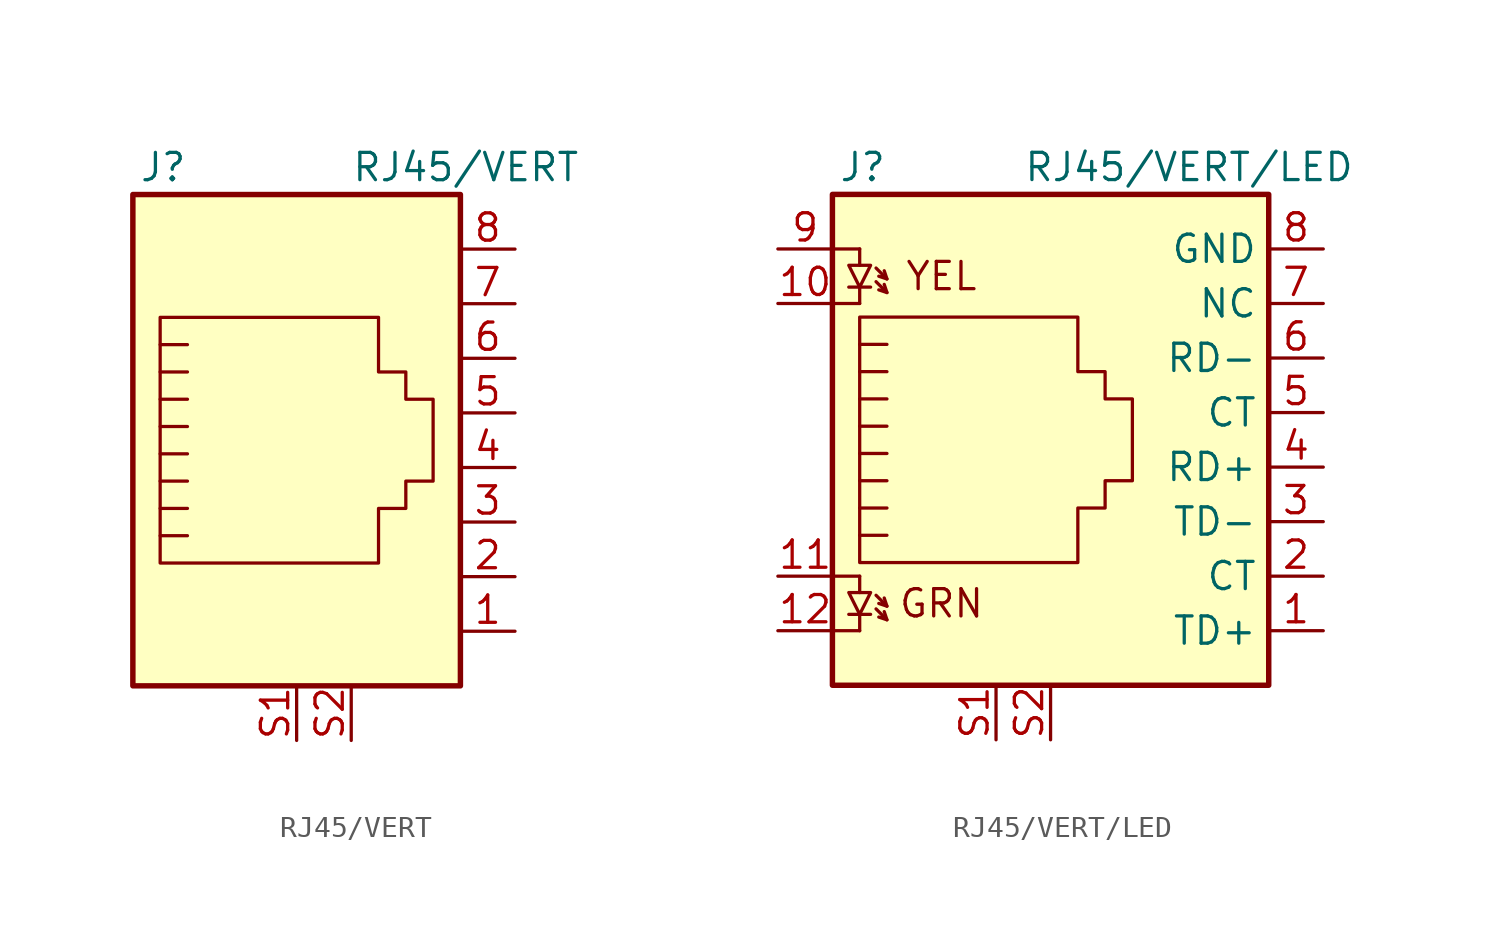
<source format=kicad_sym>
(kicad_symbol_lib
  (version 20231120)
  (generator "kicad_symbol_editor")
  (generator_version "8.0")
  (symbol "RJ45/VERT"
    (pin_names
      (offset 1.016))
    (property "Reference" "J"
      (at -5.08 13.97 0)
      (effects (font (size 1.27 1.27)) (justify right)))
    (property "Value" "RJ45{slash}VERT"
      (at 2.54 13.97 0)
      (effects (font (size 1.27 1.27)) (justify left)))
    (symbol "RJ45/VERT_0_1"
      (polyline (pts (xy -5.08 4.445) (xy -6.35 4.445)) (stroke (width 0) (type default)) (fill (type none)))
      (polyline (pts (xy -5.08 5.715) (xy -6.35 5.715)) (stroke (width 0) (type default)) (fill (type none)))
      (polyline (pts (xy -6.35 -3.175) (xy -5.08 -3.175) (xy -5.08 -3.175)) (stroke (width 0) (type default)) (fill (type none)))
      (polyline (pts (xy -6.35 -1.905) (xy -5.08 -1.905) (xy -5.08 -1.905)) (stroke (width 0) (type default)) (fill (type none)))
      (polyline (pts (xy -6.35 -0.635) (xy -5.08 -0.635) (xy -5.08 -0.635)) (stroke (width 0) (type default)) (fill (type none)))
      (polyline (pts (xy -6.35 0.635) (xy -5.08 0.635) (xy -5.08 0.635)) (stroke (width 0) (type default)) (fill (type none)))
      (polyline (pts (xy -6.35 1.905) (xy -5.08 1.905) (xy -5.08 1.905)) (stroke (width 0) (type default)) (fill (type none)))
      (polyline (pts (xy -5.08 3.175) (xy -6.35 3.175) (xy -6.35 3.175)) (stroke (width 0) (type default)) (fill (type none)))
      (polyline (pts (xy -6.35 -4.445) (xy -6.35 6.985) (xy 3.81 6.985) (xy 3.81 4.445) (xy 5.08 4.445) (xy 5.08 3.175) (xy 6.35 3.175) (xy 6.35 -0.635) (xy 5.08 -0.635) (xy 5.08 -1.905) (xy 3.81 -1.905) (xy 3.81 -4.445) (xy -6.35 -4.445) (xy -6.35 -4.445)) (stroke (width 0) (type default)) (fill (type none)))
      (rectangle (start 7.62 12.7) (end -7.62 -10.16) (stroke (width 0.254) (type default)) (fill (type background))))
    (symbol "RJ45/VERT_1_1"
      (pin passive line (at 10.16 -7.62 180) (length 2.54) (name "~" (effects (font (size 1.27 1.27)))) (number "1" (effects (font (size 1.27 1.27)))))
      (pin passive line (at 10.16 -5.08 180) (length 2.54) (name "~" (effects (font (size 1.27 1.27)))) (number "2" (effects (font (size 1.27 1.27)))))
      (pin passive line (at 10.16 -2.54 180) (length 2.54) (name "~" (effects (font (size 1.27 1.27)))) (number "3" (effects (font (size 1.27 1.27)))))
      (pin passive line (at 10.16 0 180) (length 2.54) (name "~" (effects (font (size 1.27 1.27)))) (number "4" (effects (font (size 1.27 1.27)))))
      (pin passive line (at 10.16 2.54 180) (length 2.54) (name "~" (effects (font (size 1.27 1.27)))) (number "5" (effects (font (size 1.27 1.27)))))
      (pin passive line (at 10.16 5.08 180) (length 2.54) (name "~" (effects (font (size 1.27 1.27)))) (number "6" (effects (font (size 1.27 1.27)))))
      (pin passive line (at 10.16 7.62 180) (length 2.54) (name "~" (effects (font (size 1.27 1.27)))) (number "7" (effects (font (size 1.27 1.27)))))
      (pin passive line (at 10.16 10.16 180) (length 2.54) (name "~" (effects (font (size 1.27 1.27)))) (number "8" (effects (font (size 1.27 1.27)))))
      (pin passive line (at 0 -12.7 90) (length 2.54) (name "~" (effects (font (size 1.27 1.27)))) (number "S1" (effects (font (size 1.27 1.27)))))
      (pin passive line (at 2.54 -12.7 90) (length 2.54) (name "~" (effects (font (size 1.27 1.27)))) (number "S2" (effects (font (size 1.27 1.27)))))))
  (symbol "RJ45/VERT/LED"
    (property "Reference" "J"
      (at -5.08 13.97 0)
      (effects (font (size 1.27 1.27)) (justify right)))
    (property "Value" "RJ45/VERT/LED"
      (at 1.27 13.97 0)
      (effects (font (size 1.27 1.27)) (justify left)))
    (symbol "RJ45/VERT/LED_0_0"
      (text "GRN" (at -2.54 -6.35 0) (effects (font (size 1.27 1.27))))
      (text "YEL" (at -2.54 8.89 0) (effects (font (size 1.27 1.27)))))
    (symbol "RJ45/VERT/LED_0_1"
      (rectangle (start -7.62 12.7) (end 12.7 -10.16) (stroke (width 0.254) (type default)) (fill (type background)))
      (polyline (pts (xy -7.62 -7.62) (xy -6.35 -7.62)) (stroke (width 0) (type default)) (fill (type none)))
      (polyline (pts (xy -7.62 -5.08) (xy -6.35 -5.08)) (stroke (width 0) (type default)) (fill (type none)))
      (polyline (pts (xy -7.62 7.62) (xy -6.35 7.62)) (stroke (width 0) (type default)) (fill (type none)))
      (polyline (pts (xy -7.62 10.16) (xy -6.35 10.16)) (stroke (width 0) (type default)) (fill (type none)))
      (polyline (pts (xy -6.858 -6.858) (xy -5.842 -6.858)) (stroke (width 0) (type default)) (fill (type none)))
      (polyline (pts (xy -6.35 -7.62) (xy -6.35 -6.858)) (stroke (width 0) (type default)) (fill (type none)))
      (polyline (pts (xy -6.35 -5.08) (xy -6.35 -5.842)) (stroke (width 0) (type default)) (fill (type none)))
      (polyline (pts (xy -6.35 7.62) (xy -6.35 8.382)) (stroke (width 0) (type default)) (fill (type none)))
      (polyline (pts (xy -6.35 10.16) (xy -6.35 9.398)) (stroke (width 0) (type default)) (fill (type none)))
      (polyline (pts (xy -5.842 8.382) (xy -6.858 8.382)) (stroke (width 0) (type default)) (fill (type none)))
      (polyline (pts (xy -5.08 -7.112) (xy -5.207 -6.731)) (stroke (width 0) (type default)) (fill (type none)))
      (polyline (pts (xy -5.08 -6.477) (xy -5.207 -6.096)) (stroke (width 0) (type default)) (fill (type none)))
      (polyline (pts (xy -5.08 4.445) (xy -6.35 4.445)) (stroke (width 0) (type default)) (fill (type none)))
      (polyline (pts (xy -5.08 5.715) (xy -6.35 5.715)) (stroke (width 0) (type default)) (fill (type none)))
      (polyline (pts (xy -5.08 8.128) (xy -5.207 8.509)) (stroke (width 0) (type default)) (fill (type none)))
      (polyline (pts (xy -5.08 8.763) (xy -5.207 9.144)) (stroke (width 0) (type default)) (fill (type none)))
      (polyline (pts (xy -6.35 -3.175) (xy -5.08 -3.175) (xy -5.08 -3.175)) (stroke (width 0) (type default)) (fill (type none)))
      (polyline (pts (xy -6.35 -1.905) (xy -5.08 -1.905) (xy -5.08 -1.905)) (stroke (width 0) (type default)) (fill (type none)))
      (polyline (pts (xy -6.35 -0.635) (xy -5.08 -0.635) (xy -5.08 -0.635)) (stroke (width 0) (type default)) (fill (type none)))
      (polyline (pts (xy -6.35 0.635) (xy -5.08 0.635) (xy -5.08 0.635)) (stroke (width 0) (type default)) (fill (type none)))
      (polyline (pts (xy -6.35 1.905) (xy -5.08 1.905) (xy -5.08 1.905)) (stroke (width 0) (type default)) (fill (type none)))
      (polyline (pts (xy -5.588 -6.604) (xy -5.08 -7.112) (xy -5.461 -6.985)) (stroke (width 0) (type default)) (fill (type none)))
      (polyline (pts (xy -5.588 -5.969) (xy -5.08 -6.477) (xy -5.461 -6.35)) (stroke (width 0) (type default)) (fill (type none)))
      (polyline (pts (xy -5.588 8.636) (xy -5.08 8.128) (xy -5.461 8.255)) (stroke (width 0) (type default)) (fill (type none)))
      (polyline (pts (xy -5.588 9.271) (xy -5.08 8.763) (xy -5.461 8.89)) (stroke (width 0) (type default)) (fill (type none)))
      (polyline (pts (xy -5.08 3.175) (xy -6.35 3.175) (xy -6.35 3.175)) (stroke (width 0) (type default)) (fill (type none)))
      (polyline (pts (xy -6.35 -6.858) (xy -6.858 -5.842) (xy -5.842 -5.842) (xy -6.35 -6.858)) (stroke (width 0) (type default)) (fill (type none)))
      (polyline (pts (xy -6.35 8.382) (xy -5.842 9.398) (xy -6.858 9.398) (xy -6.35 8.382)) (stroke (width 0) (type default)) (fill (type none)))
      (polyline (pts (xy -6.35 -4.445) (xy -6.35 6.985) (xy 3.81 6.985) (xy 3.81 4.445) (xy 5.08 4.445) (xy 5.08 3.175) (xy 6.35 3.175) (xy 6.35 -0.635) (xy 5.08 -0.635) (xy 5.08 -1.905) (xy 3.81 -1.905) (xy 3.81 -4.445) (xy -6.35 -4.445) (xy -6.35 -4.445)) (stroke (width 0) (type default)) (fill (type none))))
    (symbol "RJ45/VERT/LED_1_1"
      (pin passive line (at 15.24 -7.62 180) (length 2.54) (name "TD+" (effects (font (size 1.27 1.27)))) (number "1" (effects (font (size 1.27 1.27)))))
      (pin passive line (at -10.16 7.62 0) (length 2.54) (name "~" (effects (font (size 1.27 1.27)))) (number "10" (effects (font (size 1.27 1.27)))))
      (pin passive line (at -10.16 -5.08 0) (length 2.54) (name "~" (effects (font (size 1.27 1.27)))) (number "11" (effects (font (size 1.27 1.27)))))
      (pin passive line (at -10.16 -7.62 0) (length 2.54) (name "~" (effects (font (size 1.27 1.27)))) (number "12" (effects (font (size 1.27 1.27)))))
      (pin passive line (at 15.24 -5.08 180) (length 2.54) (name "CT" (effects (font (size 1.27 1.27)))) (number "2" (effects (font (size 1.27 1.27)))))
      (pin passive line (at 15.24 -2.54 180) (length 2.54) (name "TD-" (effects (font (size 1.27 1.27)))) (number "3" (effects (font (size 1.27 1.27)))))
      (pin passive line (at 15.24 0 180) (length 2.54) (name "RD+" (effects (font (size 1.27 1.27)))) (number "4" (effects (font (size 1.27 1.27)))))
      (pin passive line (at 15.24 2.54 180) (length 2.54) (name "CT" (effects (font (size 1.27 1.27)))) (number "5" (effects (font (size 1.27 1.27)))))
      (pin passive line (at 15.24 5.08 180) (length 2.54) (name "RD-" (effects (font (size 1.27 1.27)))) (number "6" (effects (font (size 1.27 1.27)))))
      (pin passive line (at 15.24 7.62 180) (length 2.54) (name "NC" (effects (font (size 1.27 1.27)))) (number "7" (effects (font (size 1.27 1.27)))))
      (pin passive line (at 15.24 10.16 180) (length 2.54) (name "GND" (effects (font (size 1.27 1.27)))) (number "8" (effects (font (size 1.27 1.27)))))
      (pin passive line (at -10.16 10.16 0) (length 2.54) (name "~" (effects (font (size 1.27 1.27)))) (number "9" (effects (font (size 1.27 1.27)))))
      (pin passive line (at 0 -12.7 90) (length 2.54) (name "~" (effects (font (size 1.27 1.27)))) (number "S1" (effects (font (size 1.27 1.27)))))
      (pin passive line (at 2.54 -12.7 90) (length 2.54) (name "~" (effects (font (size 1.27 1.27)))) (number "S2" (effects (font (size 1.27 1.27))))))))
</source>
